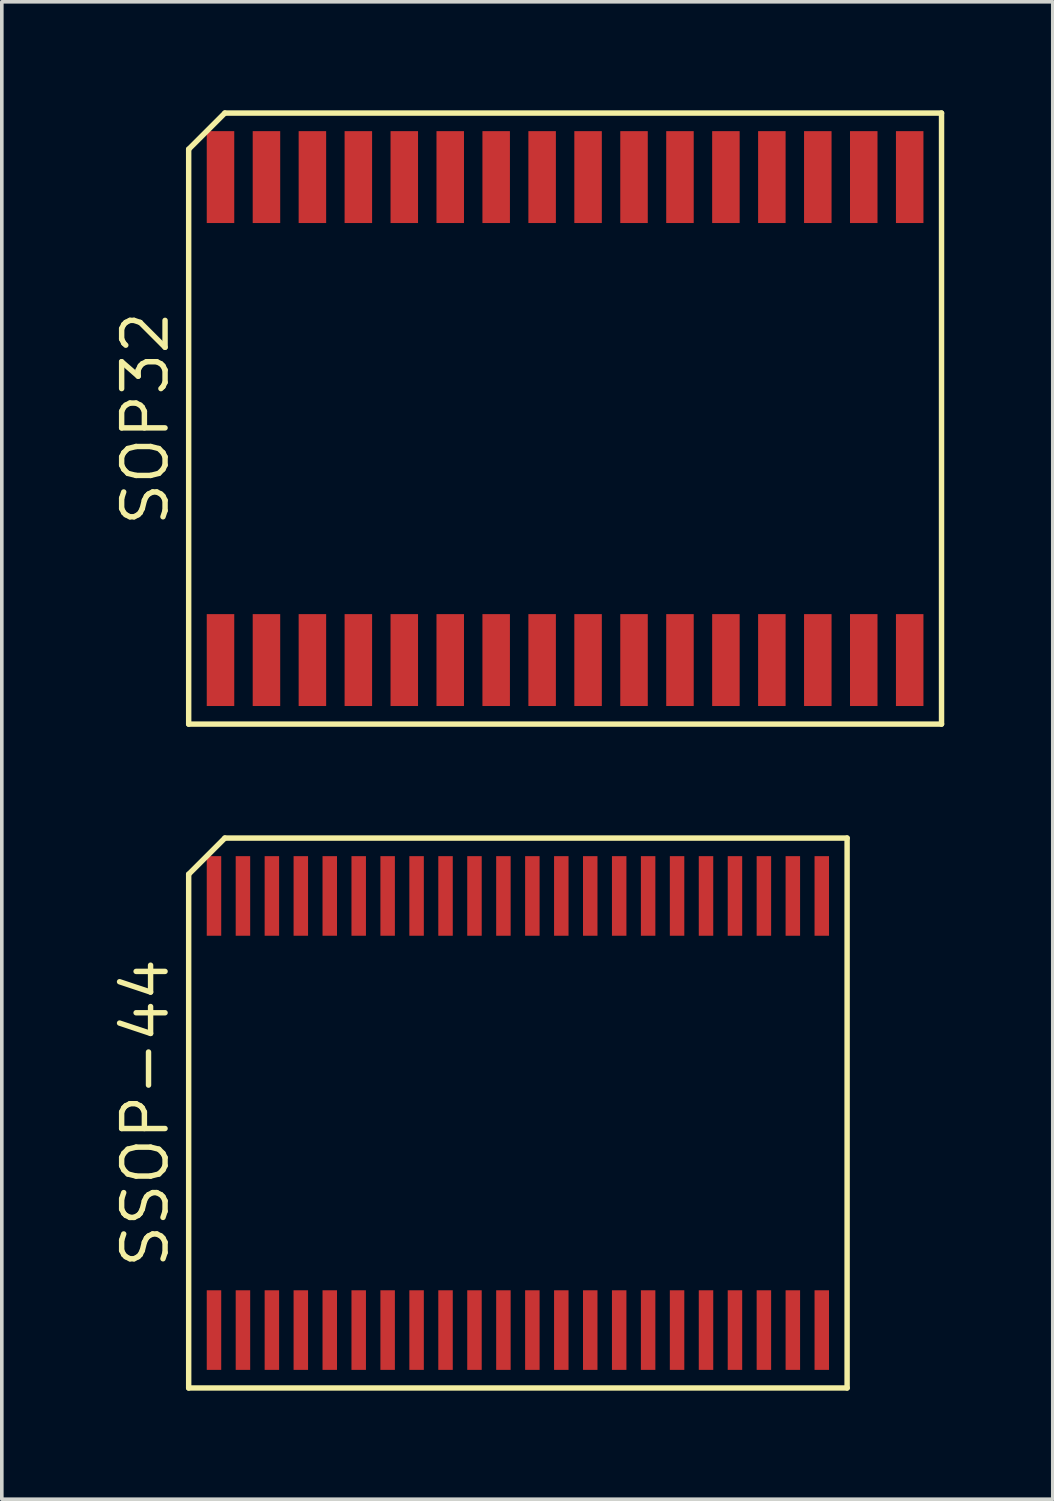
<source format=kicad_pcb>
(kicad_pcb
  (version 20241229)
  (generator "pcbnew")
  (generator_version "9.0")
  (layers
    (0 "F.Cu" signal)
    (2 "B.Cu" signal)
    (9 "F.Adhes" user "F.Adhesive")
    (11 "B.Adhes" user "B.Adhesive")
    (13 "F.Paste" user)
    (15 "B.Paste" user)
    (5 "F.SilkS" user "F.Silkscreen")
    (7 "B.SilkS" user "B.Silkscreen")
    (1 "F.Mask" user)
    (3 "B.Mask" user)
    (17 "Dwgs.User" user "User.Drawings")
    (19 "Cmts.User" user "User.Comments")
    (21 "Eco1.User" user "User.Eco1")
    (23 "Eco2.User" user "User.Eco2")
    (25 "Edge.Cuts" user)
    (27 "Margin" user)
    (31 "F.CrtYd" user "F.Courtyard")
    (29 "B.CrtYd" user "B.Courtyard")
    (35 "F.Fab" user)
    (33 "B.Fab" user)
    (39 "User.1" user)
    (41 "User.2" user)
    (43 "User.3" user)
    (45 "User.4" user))
  (footprint "SOP32"
    (layer "F.Cu")
    (at 12.57 8.52)
    (property "Reference" "SOP32" (at -11.605 0 90) (layer "F.SilkS") (effects (font (size 1.2 1.2) (thickness 0.15))))
    (attr through_hole)
    (fp_line (start -10.405 -7.445) (end -10.405 8.445) (stroke (width 0.15) (type solid)) (layer "F.SilkS"))
    (fp_line (start -10.405 8.445) (end 10.405 8.445) (stroke (width 0.15) (type solid)) (layer "F.SilkS"))
    (fp_line (start -9.405 -8.445) (end -10.405 -7.445) (stroke (width 0.15) (type solid)) (layer "F.SilkS"))
    (fp_line (start 10.405 -8.445) (end -9.405 -8.445) (stroke (width 0.15) (type solid)) (layer "F.SilkS"))
    (fp_line (start 10.405 8.445) (end 10.405 -8.445) (stroke (width 0.15) (type solid)) (layer "F.SilkS"))
    (pad "1" smd rect (at -9.525 6.675) (size 0.76 2.54) (layers "F.Cu" "F.Mask" "F.Paste"))
    (pad "2" smd rect (at -8.255 6.675) (size 0.76 2.54) (layers "F.Cu" "F.Mask" "F.Paste"))
    (pad "3" smd rect (at -6.985 6.675) (size 0.76 2.54) (layers "F.Cu" "F.Mask" "F.Paste"))
    (pad "4" smd rect (at -5.715 6.675) (size 0.76 2.54) (layers "F.Cu" "F.Mask" "F.Paste"))
    (pad "5" smd rect (at -4.445 6.675) (size 0.76 2.54) (layers "F.Cu" "F.Mask" "F.Paste"))
    (pad "6" smd rect (at -3.175 6.675) (size 0.76 2.54) (layers "F.Cu" "F.Mask" "F.Paste"))
    (pad "7" smd rect (at -1.905 6.675) (size 0.76 2.54) (layers "F.Cu" "F.Mask" "F.Paste"))
    (pad "8" smd rect (at -0.635 6.675) (size 0.76 2.54) (layers "F.Cu" "F.Mask" "F.Paste"))
    (pad "9" smd rect (at 0.635 6.675) (size 0.76 2.54) (layers "F.Cu" "F.Mask" "F.Paste"))
    (pad "10" smd rect (at 1.905 6.675) (size 0.76 2.54) (layers "F.Cu" "F.Mask" "F.Paste"))
    (pad "11" smd rect (at 3.175 6.675) (size 0.76 2.54) (layers "F.Cu" "F.Mask" "F.Paste"))
    (pad "12" smd rect (at 4.445 6.675) (size 0.76 2.54) (layers "F.Cu" "F.Mask" "F.Paste"))
    (pad "13" smd rect (at 5.715 6.675) (size 0.76 2.54) (layers "F.Cu" "F.Mask" "F.Paste"))
    (pad "14" smd rect (at 6.985 6.675) (size 0.76 2.54) (layers "F.Cu" "F.Mask" "F.Paste"))
    (pad "15" smd rect (at 8.255 6.675) (size 0.76 2.54) (layers "F.Cu" "F.Mask" "F.Paste"))
    (pad "16" smd rect (at 9.525 6.675) (size 0.76 2.54) (layers "F.Cu" "F.Mask" "F.Paste"))
    (pad "17" smd rect (at 9.525 -6.675) (size 0.76 2.54) (layers "F.Cu" "F.Mask" "F.Paste"))
    (pad "18" smd rect (at 8.255 -6.675) (size 0.76 2.54) (layers "F.Cu" "F.Mask" "F.Paste"))
    (pad "19" smd rect (at 6.985 -6.675) (size 0.76 2.54) (layers "F.Cu" "F.Mask" "F.Paste"))
    (pad "20" smd rect (at 5.715 -6.675) (size 0.76 2.54) (layers "F.Cu" "F.Mask" "F.Paste"))
    (pad "21" smd rect (at 4.445 -6.675) (size 0.76 2.54) (layers "F.Cu" "F.Mask" "F.Paste"))
    (pad "22" smd rect (at 3.175 -6.675) (size 0.76 2.54) (layers "F.Cu" "F.Mask" "F.Paste"))
    (pad "23" smd rect (at 1.905 -6.675) (size 0.76 2.54) (layers "F.Cu" "F.Mask" "F.Paste"))
    (pad "24" smd rect (at 0.635 -6.675) (size 0.76 2.54) (layers "F.Cu" "F.Mask" "F.Paste"))
    (pad "25" smd rect (at -0.635 -6.675) (size 0.76 2.54) (layers "F.Cu" "F.Mask" "F.Paste"))
    (pad "26" smd rect (at -1.905 -6.675) (size 0.76 2.54) (layers "F.Cu" "F.Mask" "F.Paste"))
    (pad "27" smd rect (at -3.175 -6.675) (size 0.76 2.54) (layers "F.Cu" "F.Mask" "F.Paste"))
    (pad "28" smd rect (at -4.445 -6.675) (size 0.76 2.54) (layers "F.Cu" "F.Mask" "F.Paste"))
    (pad "29" smd rect (at -5.715 -6.675) (size 0.76 2.54) (layers "F.Cu" "F.Mask" "F.Paste"))
    (pad "30" smd rect (at -6.985 -6.675) (size 0.76 2.54) (layers "F.Cu" "F.Mask" "F.Paste"))
    (pad "31" smd rect (at -8.255 -6.675) (size 0.76 2.54) (layers "F.Cu" "F.Mask" "F.Paste"))
    (pad "32" smd rect (at -9.525 -6.675) (size 0.76 2.54) (layers "F.Cu" "F.Mask" "F.Paste")))
  (footprint "SSOP-44"
    (layer "F.Cu")
    (at 11.265 27.715)
    (property "Reference" "SSOP-44" (at -10.3 0 90) (layer "F.SilkS") (effects (font (size 1.2 1.2) (thickness 0.15))))
    (attr through_hole)
    (fp_line (start -9.1 -6.6) (end -9.1 7.6) (stroke (width 0.15) (type solid)) (layer "F.SilkS"))
    (fp_line (start -9.1 7.6) (end 9.1 7.6) (stroke (width 0.15) (type solid)) (layer "F.SilkS"))
    (fp_line (start -8.1 -7.6) (end -9.1 -6.6) (stroke (width 0.15) (type solid)) (layer "F.SilkS"))
    (fp_line (start 9.1 -7.6) (end -8.1 -7.6) (stroke (width 0.15) (type solid)) (layer "F.SilkS"))
    (fp_line (start 9.1 7.6) (end 9.1 -7.6) (stroke (width 0.15) (type solid)) (layer "F.SilkS"))
    (pad "1" smd rect (at -8.4 6) (size 0.4 2.2) (layers "F.Cu" "F.Mask" "F.Paste"))
    (pad "2" smd rect (at -7.6 6) (size 0.4 2.2) (layers "F.Cu" "F.Mask" "F.Paste"))
    (pad "3" smd rect (at -6.8 6) (size 0.4 2.2) (layers "F.Cu" "F.Mask" "F.Paste"))
    (pad "4" smd rect (at -6 6) (size 0.4 2.2) (layers "F.Cu" "F.Mask" "F.Paste"))
    (pad "5" smd rect (at -5.2 6) (size 0.4 2.2) (layers "F.Cu" "F.Mask" "F.Paste"))
    (pad "6" smd rect (at -4.4 6) (size 0.4 2.2) (layers "F.Cu" "F.Mask" "F.Paste"))
    (pad "7" smd rect (at -3.6 6) (size 0.4 2.2) (layers "F.Cu" "F.Mask" "F.Paste"))
    (pad "8" smd rect (at -2.8 6) (size 0.4 2.2) (layers "F.Cu" "F.Mask" "F.Paste"))
    (pad "9" smd rect (at -2 6) (size 0.4 2.2) (layers "F.Cu" "F.Mask" "F.Paste"))
    (pad "10" smd rect (at -1.2 6) (size 0.4 2.2) (layers "F.Cu" "F.Mask" "F.Paste"))
    (pad "11" smd rect (at -0.4 6) (size 0.4 2.2) (layers "F.Cu" "F.Mask" "F.Paste"))
    (pad "12" smd rect (at 0.4 6) (size 0.4 2.2) (layers "F.Cu" "F.Mask" "F.Paste"))
    (pad "13" smd rect (at 1.2 6) (size 0.4 2.2) (layers "F.Cu" "F.Mask" "F.Paste"))
    (pad "14" smd rect (at 2 6) (size 0.4 2.2) (layers "F.Cu" "F.Mask" "F.Paste"))
    (pad "15" smd rect (at 2.8 6) (size 0.4 2.2) (layers "F.Cu" "F.Mask" "F.Paste"))
    (pad "16" smd rect (at 3.6 6) (size 0.4 2.2) (layers "F.Cu" "F.Mask" "F.Paste"))
    (pad "17" smd rect (at 4.4 6) (size 0.4 2.2) (layers "F.Cu" "F.Mask" "F.Paste"))
    (pad "18" smd rect (at 5.2 6) (size 0.4 2.2) (layers "F.Cu" "F.Mask" "F.Paste"))
    (pad "19" smd rect (at 6 6) (size 0.4 2.2) (layers "F.Cu" "F.Mask" "F.Paste"))
    (pad "20" smd rect (at 6.8 6) (size 0.4 2.2) (layers "F.Cu" "F.Mask" "F.Paste"))
    (pad "21" smd rect (at 7.6 6) (size 0.4 2.2) (layers "F.Cu" "F.Mask" "F.Paste"))
    (pad "22" smd rect (at 8.4 6) (size 0.4 2.2) (layers "F.Cu" "F.Mask" "F.Paste"))
    (pad "23" smd rect (at 8.4 -6) (size 0.4 2.2) (layers "F.Cu" "F.Mask" "F.Paste"))
    (pad "24" smd rect (at 7.6 -6) (size 0.4 2.2) (layers "F.Cu" "F.Mask" "F.Paste"))
    (pad "25" smd rect (at 6.8 -6) (size 0.4 2.2) (layers "F.Cu" "F.Mask" "F.Paste"))
    (pad "26" smd rect (at 6 -6) (size 0.4 2.2) (layers "F.Cu" "F.Mask" "F.Paste"))
    (pad "27" smd rect (at 5.2 -6) (size 0.4 2.2) (layers "F.Cu" "F.Mask" "F.Paste"))
    (pad "28" smd rect (at 4.4 -6) (size 0.4 2.2) (layers "F.Cu" "F.Mask" "F.Paste"))
    (pad "29" smd rect (at 3.6 -6) (size 0.4 2.2) (layers "F.Cu" "F.Mask" "F.Paste"))
    (pad "30" smd rect (at 2.8 -6) (size 0.4 2.2) (layers "F.Cu" "F.Mask" "F.Paste"))
    (pad "31" smd rect (at 2 -6) (size 0.4 2.2) (layers "F.Cu" "F.Mask" "F.Paste"))
    (pad "32" smd rect (at 1.2 -6) (size 0.4 2.2) (layers "F.Cu" "F.Mask" "F.Paste"))
    (pad "33" smd rect (at 0.4 -6) (size 0.4 2.2) (layers "F.Cu" "F.Mask" "F.Paste"))
    (pad "34" smd rect (at -0.4 -6) (size 0.4 2.2) (layers "F.Cu" "F.Mask" "F.Paste"))
    (pad "35" smd rect (at -1.2 -6) (size 0.4 2.2) (layers "F.Cu" "F.Mask" "F.Paste"))
    (pad "36" smd rect (at -2 -6) (size 0.4 2.2) (layers "F.Cu" "F.Mask" "F.Paste"))
    (pad "37" smd rect (at -2.8 -6) (size 0.4 2.2) (layers "F.Cu" "F.Mask" "F.Paste"))
    (pad "38" smd rect (at -3.6 -6) (size 0.4 2.2) (layers "F.Cu" "F.Mask" "F.Paste"))
    (pad "39" smd rect (at -4.4 -6) (size 0.4 2.2) (layers "F.Cu" "F.Mask" "F.Paste"))
    (pad "40" smd rect (at -5.2 -6) (size 0.4 2.2) (layers "F.Cu" "F.Mask" "F.Paste"))
    (pad "41" smd rect (at -6 -6) (size 0.4 2.2) (layers "F.Cu" "F.Mask" "F.Paste"))
    (pad "42" smd rect (at -6.8 -6) (size 0.4 2.2) (layers "F.Cu" "F.Mask" "F.Paste"))
    (pad "43" smd rect (at -7.6 -6) (size 0.4 2.2) (layers "F.Cu" "F.Mask" "F.Paste"))
    (pad "44" smd rect (at -8.4 -6) (size 0.4 2.2) (layers "F.Cu" "F.Mask" "F.Paste")))
  (gr_rect
    (start -3 -3)
    (end 26.05 38.39)
    (stroke (width 0.1) (type default))
    (fill no)
    (layer "Edge.Cuts")))
</source>
